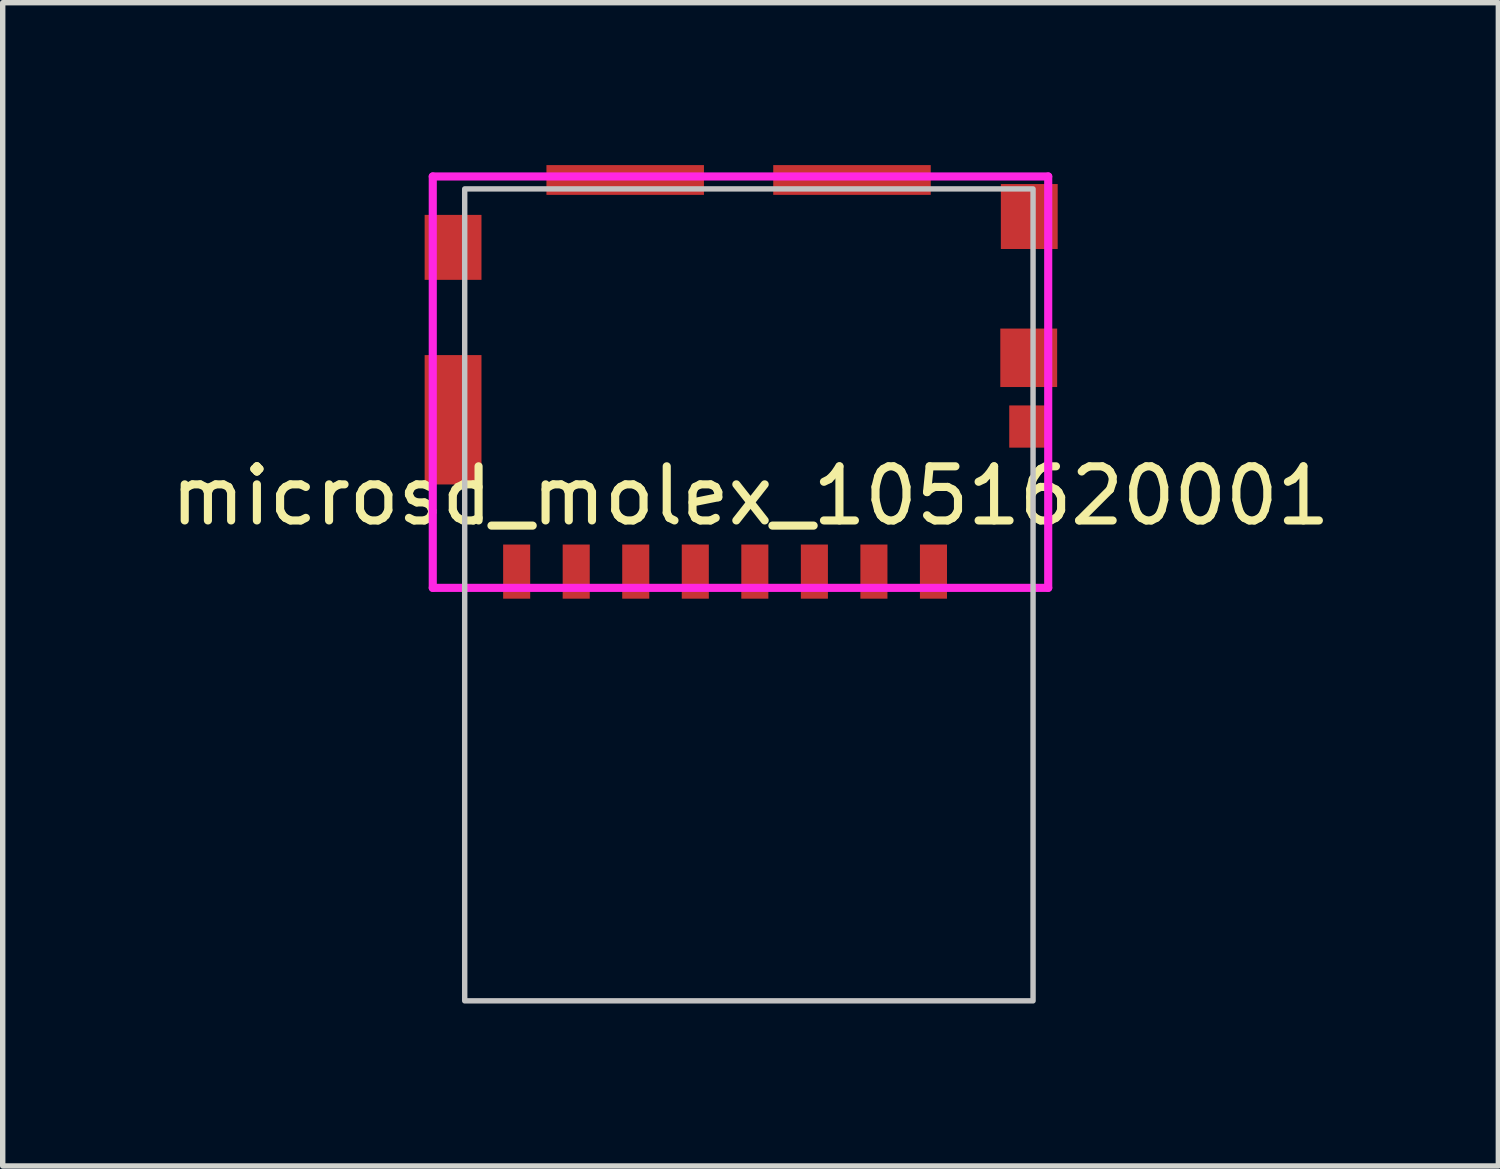
<source format=kicad_pcb>
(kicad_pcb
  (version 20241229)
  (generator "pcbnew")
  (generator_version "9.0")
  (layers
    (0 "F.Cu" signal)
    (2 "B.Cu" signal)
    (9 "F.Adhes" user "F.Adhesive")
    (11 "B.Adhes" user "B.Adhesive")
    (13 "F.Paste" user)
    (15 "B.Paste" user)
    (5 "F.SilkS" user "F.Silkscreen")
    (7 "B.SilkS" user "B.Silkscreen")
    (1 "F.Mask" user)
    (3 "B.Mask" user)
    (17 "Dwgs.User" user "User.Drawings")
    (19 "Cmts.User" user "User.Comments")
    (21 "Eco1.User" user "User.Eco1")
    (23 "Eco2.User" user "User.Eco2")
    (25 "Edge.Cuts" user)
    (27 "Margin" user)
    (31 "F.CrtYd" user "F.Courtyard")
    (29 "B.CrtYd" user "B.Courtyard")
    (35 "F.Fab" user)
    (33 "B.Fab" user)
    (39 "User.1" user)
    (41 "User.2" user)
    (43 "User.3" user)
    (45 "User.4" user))
  (footprint "microsd_molex_1051620001"
    (layer "F.Cu")
    (at 10.535 3.94)
    (property "Reference" "microsd_molex_1051620001" (at 0.28 2.17 0) (layer "F.SilkS") (effects (font (size 1 1) (thickness 0.15))))
    (attr smd)
    (fp_rect (start -5 -3.5) (end 5.5 11.5) (stroke (width 0.1) (type default)) (fill no) (layer "Dwgs.User"))
    (fp_line (start -5.59 -3.73) (end 5.78 -3.73) (stroke (width 0.15) (type solid)) (layer "F.CrtYd"))
    (fp_line (start -5.59 3.87) (end -5.59 -3.73) (stroke (width 0.15) (type solid)) (layer "F.CrtYd"))
    (fp_line (start 5.78 -3.73) (end 5.78 3.87) (stroke (width 0.15) (type solid)) (layer "F.CrtYd"))
    (fp_line (start 5.78 3.87) (end -5.59 3.87) (stroke (width 0.15) (type solid)) (layer "F.CrtYd"))
    (pad "" smd rect (at -2.035 -3.665) (size 2.91 0.55) (layers "F.Cu" "F.Mask" "F.Paste"))
    (pad "" smd rect (at 2.155 -3.665) (size 2.91 0.55) (layers "F.Cu" "F.Mask" "F.Paste"))
    (pad "1" smd rect (at 3.66 3.57) (size 0.5 1) (layers "F.Cu" "F.Mask" "F.Paste"))
    (pad "2" smd rect (at 2.56 3.57) (size 0.5 1) (layers "F.Cu" "F.Mask" "F.Paste"))
    (pad "3" smd rect (at 1.46 3.57) (size 0.5 1) (layers "F.Cu" "F.Mask" "F.Paste"))
    (pad "4" smd rect (at 0.36 3.57) (size 0.5 1) (layers "F.Cu" "F.Mask" "F.Paste"))
    (pad "5" smd rect (at -0.74 3.57) (size 0.5 1) (layers "F.Cu" "F.Mask" "F.Paste"))
    (pad "6" smd rect (at -1.84 3.57) (size 0.5 1) (layers "F.Cu" "F.Mask" "F.Paste"))
    (pad "7" smd rect (at -2.94 3.57) (size 0.5 1) (layers "F.Cu" "F.Mask" "F.Paste"))
    (pad "8" smd rect (at -4.04 3.57) (size 0.5 1) (layers "F.Cu" "F.Mask" "F.Paste"))
    (pad "9" smd rect (at 5.42 0.89) (size 0.72 0.78) (layers "F.Cu" "F.Mask" "F.Paste"))
    (pad "10" smd rect (at -5.215 -2.42) (size 1.05 1.2) (layers "F.Cu" "F.Mask" "F.Paste"))
    (pad "10" smd rect (at -5.215 0.765) (size 1.05 2.39) (layers "F.Cu" "F.Mask" "F.Paste"))
    (pad "10" smd rect (at 5.42 -0.38) (size 1.05 1.08) (layers "F.Cu" "F.Mask" "F.Paste"))
    (pad "10" smd rect (at 5.43 -2.99) (size 1.05 1.2) (layers "F.Cu" "F.Mask" "F.Paste"))
    (zone (net_name "") (layer "F.Cu") (name "keepout") (hatch edge 0.5) (connect_pads) (min_thickness 0.25) (filled_areas_thickness no) (keepout (tracks not_allowed) (vias not_allowed) (pads not_allowed) (copperpour allowed) (footprints allowed)) (placement (enabled no)) (fill) (polygon (pts (xy 6.285 5.94) (xy 6.285 1.44) (xy 14.535 1.44) (xy 14.535 5.94)))))
  (gr_rect
    (start -3 -3)
    (end 24.631 18.49)
    (stroke (width 0.1) (type default))
    (fill no)
    (layer "Edge.Cuts")))
</source>
